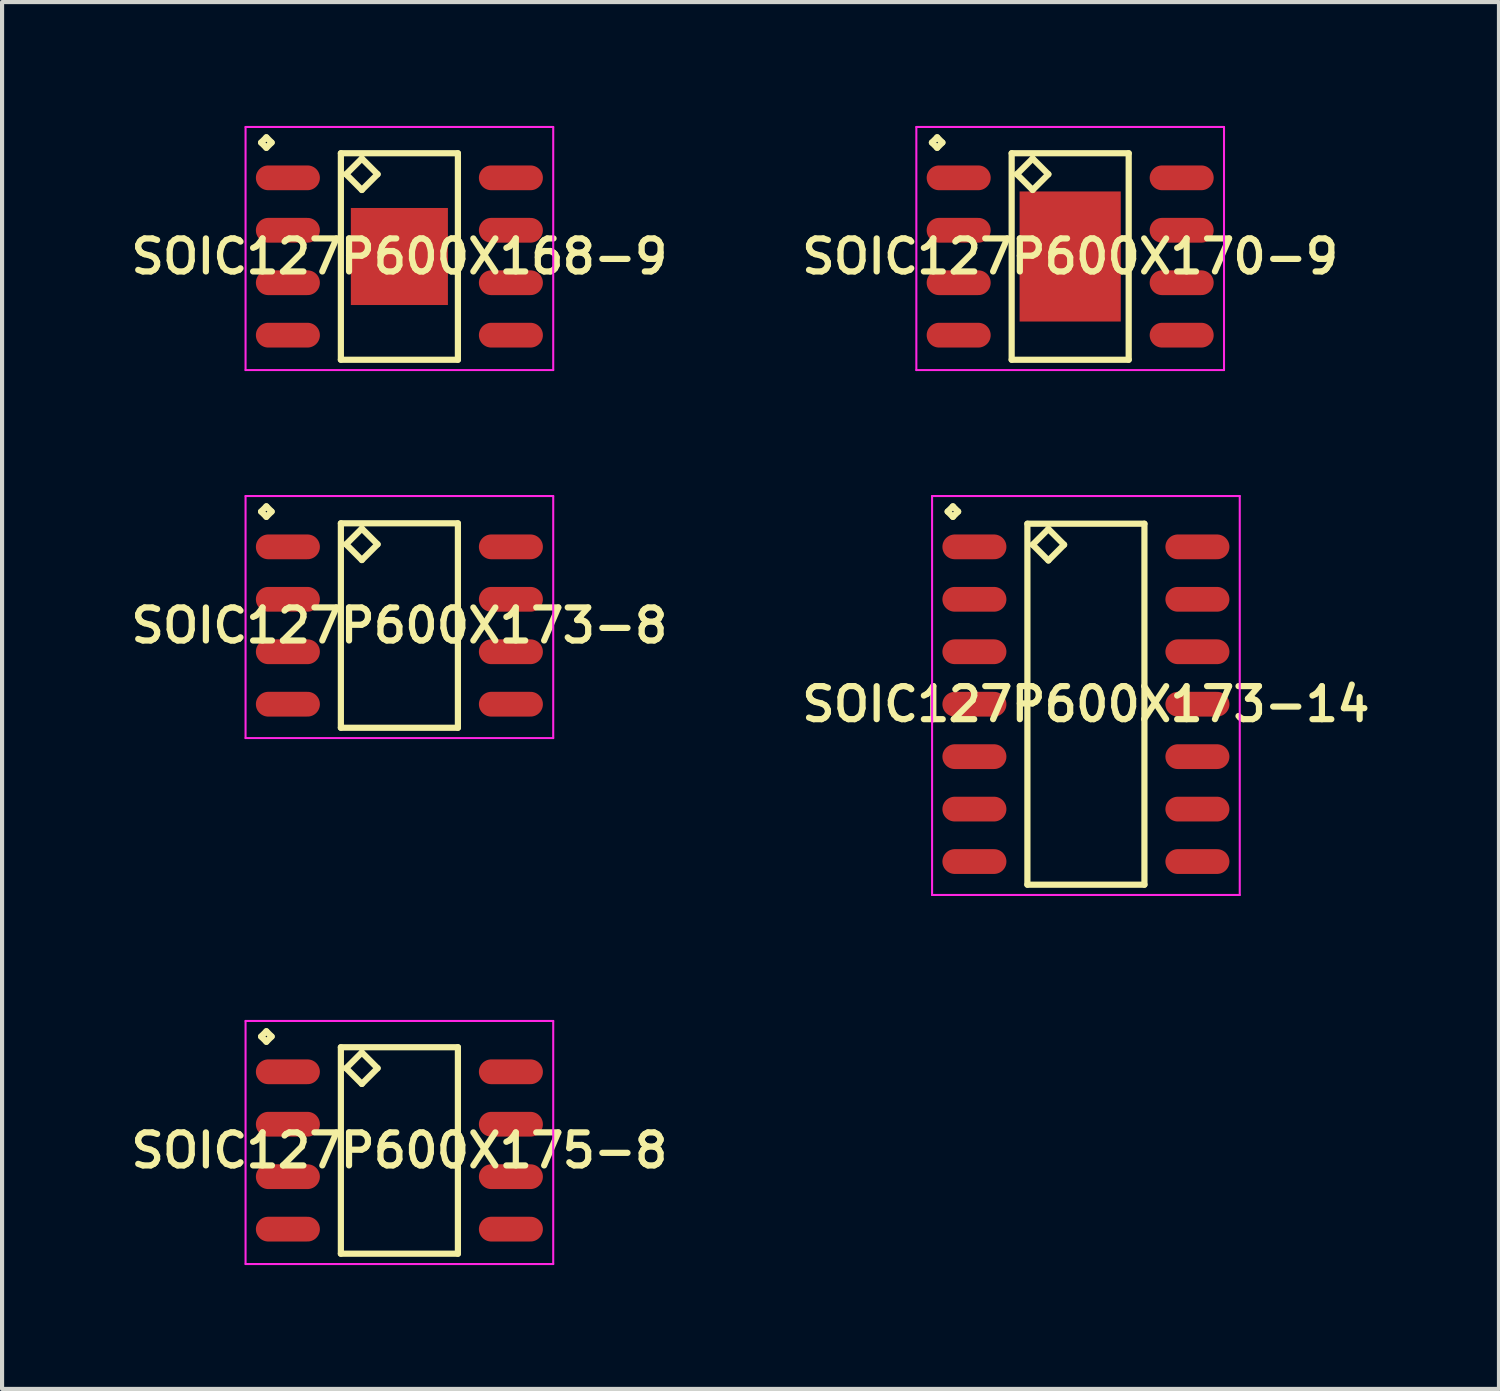
<source format=kicad_pcb>
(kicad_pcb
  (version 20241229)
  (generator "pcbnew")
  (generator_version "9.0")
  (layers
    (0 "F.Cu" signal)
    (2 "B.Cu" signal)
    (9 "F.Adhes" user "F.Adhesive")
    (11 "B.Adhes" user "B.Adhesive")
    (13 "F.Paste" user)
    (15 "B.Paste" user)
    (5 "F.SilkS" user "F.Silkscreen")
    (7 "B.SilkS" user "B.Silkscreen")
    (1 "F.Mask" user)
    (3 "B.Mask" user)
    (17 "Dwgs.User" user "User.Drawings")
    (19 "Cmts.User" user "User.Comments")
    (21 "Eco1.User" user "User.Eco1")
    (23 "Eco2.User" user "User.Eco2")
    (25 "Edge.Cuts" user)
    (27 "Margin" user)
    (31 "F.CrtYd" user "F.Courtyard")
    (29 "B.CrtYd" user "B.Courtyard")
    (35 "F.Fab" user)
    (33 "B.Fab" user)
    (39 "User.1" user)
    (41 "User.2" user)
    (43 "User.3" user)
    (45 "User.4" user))
  (footprint "SOIC127P600X168-9"
    (layer "F.Cu")
    (at 6.621 3.161)
    (property "Reference" "SOIC127P600X168-9" (at 0 0 0) (layer "F.SilkS") (effects (font (size 0.8 0.8) (thickness 0.15))))
    (attr smd)
    (fp_line (start -3.348 -2.759) (end -3.221 -2.886) (stroke (width 0.15) (type solid)) (layer "F.SilkS"))
    (fp_line (start -3.221 -2.886) (end -3.094 -2.759) (stroke (width 0.15) (type solid)) (layer "F.SilkS"))
    (fp_line (start -3.221 -2.632) (end -3.348 -2.759) (stroke (width 0.15) (type solid)) (layer "F.SilkS"))
    (fp_line (start -3.094 -2.759) (end -3.221 -2.632) (stroke (width 0.15) (type solid)) (layer "F.SilkS"))
    (fp_line (start -1.417 -2.5) (end -1.417 2.5) (stroke (width 0.15) (type solid)) (layer "F.SilkS"))
    (fp_line (start -1.417 2.5) (end 1.417 2.5) (stroke (width 0.15) (type solid)) (layer "F.SilkS"))
    (fp_line (start -1.29 -1.992) (end -0.909 -2.373) (stroke (width 0.15) (type solid)) (layer "F.SilkS"))
    (fp_line (start -0.909 -2.373) (end -0.528 -1.992) (stroke (width 0.15) (type solid)) (layer "F.SilkS"))
    (fp_line (start -0.909 -1.611) (end -1.29 -1.992) (stroke (width 0.15) (type solid)) (layer "F.SilkS"))
    (fp_line (start -0.528 -1.992) (end -0.909 -1.611) (stroke (width 0.15) (type solid)) (layer "F.SilkS"))
    (fp_line (start 1.417 -2.5) (end -1.417 -2.5) (stroke (width 0.15) (type solid)) (layer "F.SilkS"))
    (fp_line (start 1.417 2.5) (end 1.417 -2.5) (stroke (width 0.15) (type solid)) (layer "F.SilkS"))
    (fp_line (start -3.725 -3.136) (end 3.725 -3.136) (stroke (width 0.05) (type solid)) (layer "F.CrtYd"))
    (fp_line (start -3.725 2.75) (end -3.725 -3.136) (stroke (width 0.05) (type solid)) (layer "F.CrtYd"))
    (fp_line (start 3.725 -3.136) (end 3.725 2.75) (stroke (width 0.05) (type solid)) (layer "F.CrtYd"))
    (fp_line (start 3.725 2.75) (end -3.725 2.75) (stroke (width 0.05) (type solid)) (layer "F.CrtYd"))
    (pad "1" smd oval (at -2.7 -1.905) (size 1.55 0.6) (layers "F.Cu" "F.Mask" "F.Paste"))
    (pad "2" smd oval (at -2.7 -0.635) (size 1.55 0.6) (layers "F.Cu" "F.Mask" "F.Paste"))
    (pad "3" smd oval (at -2.7 0.635) (size 1.55 0.6) (layers "F.Cu" "F.Mask" "F.Paste"))
    (pad "4" smd oval (at -2.7 1.905) (size 1.55 0.6) (layers "F.Cu" "F.Mask" "F.Paste"))
    (pad "5" smd oval (at 2.7 1.905) (size 1.55 0.6) (layers "F.Cu" "F.Mask" "F.Paste"))
    (pad "6" smd oval (at 2.7 0.635) (size 1.55 0.6) (layers "F.Cu" "F.Mask" "F.Paste"))
    (pad "7" smd oval (at 2.7 -0.635) (size 1.55 0.6) (layers "F.Cu" "F.Mask" "F.Paste"))
    (pad "8" smd oval (at 2.7 -1.905) (size 1.55 0.6) (layers "F.Cu" "F.Mask" "F.Paste"))
    (pad "9" smd rect (at 0 0) (size 2.35 2.35) (layers "F.Cu" "F.Mask" "F.Paste")))
  (footprint "SOIC127P600X173-8"
    (layer "F.Cu")
    (at 6.621 12.097)
    (property "Reference" "SOIC127P600X173-8" (at 0 0 0) (layer "F.SilkS") (effects (font (size 0.8 0.8) (thickness 0.15))))
    (attr smd)
    (fp_line (start -3.348 -2.759) (end -3.221 -2.886) (stroke (width 0.15) (type solid)) (layer "F.SilkS"))
    (fp_line (start -3.221 -2.886) (end -3.094 -2.759) (stroke (width 0.15) (type solid)) (layer "F.SilkS"))
    (fp_line (start -3.221 -2.632) (end -3.348 -2.759) (stroke (width 0.15) (type solid)) (layer "F.SilkS"))
    (fp_line (start -3.094 -2.759) (end -3.221 -2.632) (stroke (width 0.15) (type solid)) (layer "F.SilkS"))
    (fp_line (start -1.417 -2.475) (end -1.417 2.475) (stroke (width 0.15) (type solid)) (layer "F.SilkS"))
    (fp_line (start -1.417 2.475) (end 1.417 2.475) (stroke (width 0.15) (type solid)) (layer "F.SilkS"))
    (fp_line (start -1.29 -1.967) (end -0.909 -2.348) (stroke (width 0.15) (type solid)) (layer "F.SilkS"))
    (fp_line (start -0.909 -2.348) (end -0.528 -1.967) (stroke (width 0.15) (type solid)) (layer "F.SilkS"))
    (fp_line (start -0.909 -1.586) (end -1.29 -1.967) (stroke (width 0.15) (type solid)) (layer "F.SilkS"))
    (fp_line (start -0.528 -1.967) (end -0.909 -1.586) (stroke (width 0.15) (type solid)) (layer "F.SilkS"))
    (fp_line (start 1.417 -2.475) (end -1.417 -2.475) (stroke (width 0.15) (type solid)) (layer "F.SilkS"))
    (fp_line (start 1.417 2.475) (end 1.417 -2.475) (stroke (width 0.15) (type solid)) (layer "F.SilkS"))
    (fp_line (start -3.725 -3.136) (end 3.725 -3.136) (stroke (width 0.05) (type solid)) (layer "F.CrtYd"))
    (fp_line (start -3.725 2.725) (end -3.725 -3.136) (stroke (width 0.05) (type solid)) (layer "F.CrtYd"))
    (fp_line (start 3.725 -3.136) (end 3.725 2.725) (stroke (width 0.05) (type solid)) (layer "F.CrtYd"))
    (fp_line (start 3.725 2.725) (end -3.725 2.725) (stroke (width 0.05) (type solid)) (layer "F.CrtYd"))
    (pad "1" smd oval (at -2.7 -1.905) (size 1.55 0.6) (layers "F.Cu" "F.Mask" "F.Paste"))
    (pad "2" smd oval (at -2.7 -0.635) (size 1.55 0.6) (layers "F.Cu" "F.Mask" "F.Paste"))
    (pad "3" smd oval (at -2.7 0.635) (size 1.55 0.6) (layers "F.Cu" "F.Mask" "F.Paste"))
    (pad "4" smd oval (at -2.7 1.905) (size 1.55 0.6) (layers "F.Cu" "F.Mask" "F.Paste"))
    (pad "5" smd oval (at 2.7 1.905) (size 1.55 0.6) (layers "F.Cu" "F.Mask" "F.Paste"))
    (pad "6" smd oval (at 2.7 0.635) (size 1.55 0.6) (layers "F.Cu" "F.Mask" "F.Paste"))
    (pad "7" smd oval (at 2.7 -0.635) (size 1.55 0.6) (layers "F.Cu" "F.Mask" "F.Paste"))
    (pad "8" smd oval (at 2.7 -1.905) (size 1.55 0.6) (layers "F.Cu" "F.Mask" "F.Paste")))
  (footprint "SOIC127P600X173-14"
    (layer "F.Cu")
    (at 23.245 14.002)
    (property "Reference" "SOIC127P600X173-14" (at 0 0 0) (layer "F.SilkS") (effects (font (size 0.8 0.8) (thickness 0.15))))
    (attr smd)
    (fp_line (start -3.348 -4.664) (end -3.221 -4.791) (stroke (width 0.15) (type solid)) (layer "F.SilkS"))
    (fp_line (start -3.221 -4.791) (end -3.094 -4.664) (stroke (width 0.15) (type solid)) (layer "F.SilkS"))
    (fp_line (start -3.221 -4.537) (end -3.348 -4.664) (stroke (width 0.15) (type solid)) (layer "F.SilkS"))
    (fp_line (start -3.094 -4.664) (end -3.221 -4.537) (stroke (width 0.15) (type solid)) (layer "F.SilkS"))
    (fp_line (start -1.417 -4.37) (end -1.417 4.37) (stroke (width 0.15) (type solid)) (layer "F.SilkS"))
    (fp_line (start -1.417 4.37) (end 1.417 4.37) (stroke (width 0.15) (type solid)) (layer "F.SilkS"))
    (fp_line (start -1.29 -3.862) (end -0.909 -4.243) (stroke (width 0.15) (type solid)) (layer "F.SilkS"))
    (fp_line (start -0.909 -4.243) (end -0.528 -3.862) (stroke (width 0.15) (type solid)) (layer "F.SilkS"))
    (fp_line (start -0.909 -3.481) (end -1.29 -3.862) (stroke (width 0.15) (type solid)) (layer "F.SilkS"))
    (fp_line (start -0.528 -3.862) (end -0.909 -3.481) (stroke (width 0.15) (type solid)) (layer "F.SilkS"))
    (fp_line (start 1.417 -4.37) (end -1.417 -4.37) (stroke (width 0.15) (type solid)) (layer "F.SilkS"))
    (fp_line (start 1.417 4.37) (end 1.417 -4.37) (stroke (width 0.15) (type solid)) (layer "F.SilkS"))
    (fp_line (start -3.725 -5.041) (end 3.725 -5.041) (stroke (width 0.05) (type solid)) (layer "F.CrtYd"))
    (fp_line (start -3.725 4.62) (end -3.725 -5.041) (stroke (width 0.05) (type solid)) (layer "F.CrtYd"))
    (fp_line (start 3.725 -5.041) (end 3.725 4.62) (stroke (width 0.05) (type solid)) (layer "F.CrtYd"))
    (fp_line (start 3.725 4.62) (end -3.725 4.62) (stroke (width 0.05) (type solid)) (layer "F.CrtYd"))
    (pad "1" smd oval (at -2.7 -3.81) (size 1.55 0.6) (layers "F.Cu" "F.Mask" "F.Paste"))
    (pad "2" smd oval (at -2.7 -2.54) (size 1.55 0.6) (layers "F.Cu" "F.Mask" "F.Paste"))
    (pad "3" smd oval (at -2.7 -1.27) (size 1.55 0.6) (layers "F.Cu" "F.Mask" "F.Paste"))
    (pad "4" smd oval (at -2.7 0) (size 1.55 0.6) (layers "F.Cu" "F.Mask" "F.Paste"))
    (pad "5" smd oval (at -2.7 1.27) (size 1.55 0.6) (layers "F.Cu" "F.Mask" "F.Paste"))
    (pad "6" smd oval (at -2.7 2.54) (size 1.55 0.6) (layers "F.Cu" "F.Mask" "F.Paste"))
    (pad "7" smd oval (at -2.7 3.81) (size 1.55 0.6) (layers "F.Cu" "F.Mask" "F.Paste"))
    (pad "8" smd oval (at 2.7 3.81) (size 1.55 0.6) (layers "F.Cu" "F.Mask" "F.Paste"))
    (pad "9" smd oval (at 2.7 2.54) (size 1.55 0.6) (layers "F.Cu" "F.Mask" "F.Paste"))
    (pad "10" smd oval (at 2.7 1.27) (size 1.55 0.6) (layers "F.Cu" "F.Mask" "F.Paste"))
    (pad "11" smd oval (at 2.7 0) (size 1.55 0.6) (layers "F.Cu" "F.Mask" "F.Paste"))
    (pad "12" smd oval (at 2.7 -1.27) (size 1.55 0.6) (layers "F.Cu" "F.Mask" "F.Paste"))
    (pad "13" smd oval (at 2.7 -2.54) (size 1.55 0.6) (layers "F.Cu" "F.Mask" "F.Paste"))
    (pad "14" smd oval (at 2.7 -3.81) (size 1.55 0.6) (layers "F.Cu" "F.Mask" "F.Paste")))
  (footprint "SOIC127P600X175-8"
    (layer "F.Cu")
    (at 6.621 24.808)
    (property "Reference" "SOIC127P600X175-8" (at 0 0 0) (layer "F.SilkS") (effects (font (size 0.8 0.8) (thickness 0.15))))
    (attr smd)
    (fp_line (start -3.348 -2.759) (end -3.221 -2.886) (stroke (width 0.15) (type solid)) (layer "F.SilkS"))
    (fp_line (start -3.221 -2.886) (end -3.094 -2.759) (stroke (width 0.15) (type solid)) (layer "F.SilkS"))
    (fp_line (start -3.221 -2.632) (end -3.348 -2.759) (stroke (width 0.15) (type solid)) (layer "F.SilkS"))
    (fp_line (start -3.094 -2.759) (end -3.221 -2.632) (stroke (width 0.15) (type solid)) (layer "F.SilkS"))
    (fp_line (start -1.417 -2.5) (end -1.417 2.5) (stroke (width 0.15) (type solid)) (layer "F.SilkS"))
    (fp_line (start -1.417 2.5) (end 1.417 2.5) (stroke (width 0.15) (type solid)) (layer "F.SilkS"))
    (fp_line (start -1.29 -1.992) (end -0.909 -2.373) (stroke (width 0.15) (type solid)) (layer "F.SilkS"))
    (fp_line (start -0.909 -2.373) (end -0.528 -1.992) (stroke (width 0.15) (type solid)) (layer "F.SilkS"))
    (fp_line (start -0.909 -1.611) (end -1.29 -1.992) (stroke (width 0.15) (type solid)) (layer "F.SilkS"))
    (fp_line (start -0.528 -1.992) (end -0.909 -1.611) (stroke (width 0.15) (type solid)) (layer "F.SilkS"))
    (fp_line (start 1.417 -2.5) (end -1.417 -2.5) (stroke (width 0.15) (type solid)) (layer "F.SilkS"))
    (fp_line (start 1.417 2.5) (end 1.417 -2.5) (stroke (width 0.15) (type solid)) (layer "F.SilkS"))
    (fp_line (start -3.725 -3.136) (end 3.725 -3.136) (stroke (width 0.05) (type solid)) (layer "F.CrtYd"))
    (fp_line (start -3.725 2.75) (end -3.725 -3.136) (stroke (width 0.05) (type solid)) (layer "F.CrtYd"))
    (fp_line (start 3.725 -3.136) (end 3.725 2.75) (stroke (width 0.05) (type solid)) (layer "F.CrtYd"))
    (fp_line (start 3.725 2.75) (end -3.725 2.75) (stroke (width 0.05) (type solid)) (layer "F.CrtYd"))
    (pad "1" smd oval (at -2.7 -1.905) (size 1.55 0.6) (layers "F.Cu" "F.Mask" "F.Paste"))
    (pad "2" smd oval (at -2.7 -0.635) (size 1.55 0.6) (layers "F.Cu" "F.Mask" "F.Paste"))
    (pad "3" smd oval (at -2.7 0.635) (size 1.55 0.6) (layers "F.Cu" "F.Mask" "F.Paste"))
    (pad "4" smd oval (at -2.7 1.905) (size 1.55 0.6) (layers "F.Cu" "F.Mask" "F.Paste"))
    (pad "5" smd oval (at 2.7 1.905) (size 1.55 0.6) (layers "F.Cu" "F.Mask" "F.Paste"))
    (pad "6" smd oval (at 2.7 0.635) (size 1.55 0.6) (layers "F.Cu" "F.Mask" "F.Paste"))
    (pad "7" smd oval (at 2.7 -0.635) (size 1.55 0.6) (layers "F.Cu" "F.Mask" "F.Paste"))
    (pad "8" smd oval (at 2.7 -1.905) (size 1.55 0.6) (layers "F.Cu" "F.Mask" "F.Paste")))
  (footprint "SOIC127P600X170-9"
    (layer "F.Cu")
    (at 22.864 3.161)
    (property "Reference" "SOIC127P600X170-9" (at 0 0 0) (layer "F.SilkS") (effects (font (size 0.8 0.8) (thickness 0.15))))
    (attr smd)
    (fp_line (start -3.348 -2.759) (end -3.221 -2.886) (stroke (width 0.15) (type solid)) (layer "F.SilkS"))
    (fp_line (start -3.221 -2.886) (end -3.094 -2.759) (stroke (width 0.15) (type solid)) (layer "F.SilkS"))
    (fp_line (start -3.221 -2.632) (end -3.348 -2.759) (stroke (width 0.15) (type solid)) (layer "F.SilkS"))
    (fp_line (start -3.094 -2.759) (end -3.221 -2.632) (stroke (width 0.15) (type solid)) (layer "F.SilkS"))
    (fp_line (start -1.417 -2.5) (end -1.417 2.5) (stroke (width 0.15) (type solid)) (layer "F.SilkS"))
    (fp_line (start -1.417 2.5) (end 1.417 2.5) (stroke (width 0.15) (type solid)) (layer "F.SilkS"))
    (fp_line (start -1.29 -1.992) (end -0.909 -2.373) (stroke (width 0.15) (type solid)) (layer "F.SilkS"))
    (fp_line (start -0.909 -2.373) (end -0.528 -1.992) (stroke (width 0.15) (type solid)) (layer "F.SilkS"))
    (fp_line (start -0.909 -1.611) (end -1.29 -1.992) (stroke (width 0.15) (type solid)) (layer "F.SilkS"))
    (fp_line (start -0.528 -1.992) (end -0.909 -1.611) (stroke (width 0.15) (type solid)) (layer "F.SilkS"))
    (fp_line (start 1.417 -2.5) (end -1.417 -2.5) (stroke (width 0.15) (type solid)) (layer "F.SilkS"))
    (fp_line (start 1.417 2.5) (end 1.417 -2.5) (stroke (width 0.15) (type solid)) (layer "F.SilkS"))
    (fp_line (start -3.725 -3.136) (end 3.725 -3.136) (stroke (width 0.05) (type solid)) (layer "F.CrtYd"))
    (fp_line (start -3.725 2.75) (end -3.725 -3.136) (stroke (width 0.05) (type solid)) (layer "F.CrtYd"))
    (fp_line (start 3.725 -3.136) (end 3.725 2.75) (stroke (width 0.05) (type solid)) (layer "F.CrtYd"))
    (fp_line (start 3.725 2.75) (end -3.725 2.75) (stroke (width 0.05) (type solid)) (layer "F.CrtYd"))
    (pad "1" smd oval (at -2.7 -1.905) (size 1.55 0.6) (layers "F.Cu" "F.Mask" "F.Paste"))
    (pad "2" smd oval (at -2.7 -0.635) (size 1.55 0.6) (layers "F.Cu" "F.Mask" "F.Paste"))
    (pad "3" smd oval (at -2.7 0.635) (size 1.55 0.6) (layers "F.Cu" "F.Mask" "F.Paste"))
    (pad "4" smd oval (at -2.7 1.905) (size 1.55 0.6) (layers "F.Cu" "F.Mask" "F.Paste"))
    (pad "5" smd oval (at 2.7 1.905) (size 1.55 0.6) (layers "F.Cu" "F.Mask" "F.Paste"))
    (pad "6" smd oval (at 2.7 0.635) (size 1.55 0.6) (layers "F.Cu" "F.Mask" "F.Paste"))
    (pad "7" smd oval (at 2.7 -0.635) (size 1.55 0.6) (layers "F.Cu" "F.Mask" "F.Paste"))
    (pad "8" smd oval (at 2.7 -1.905) (size 1.55 0.6) (layers "F.Cu" "F.Mask" "F.Paste"))
    (pad "9" smd rect (at 0 0) (size 2.45 3.15) (layers "F.Cu" "F.Mask" "F.Paste")))
  (gr_rect
    (start -3 -3)
    (end 33.247 30.583)
    (stroke (width 0.1) (type default))
    (fill no)
    (layer "Edge.Cuts")))
</source>
